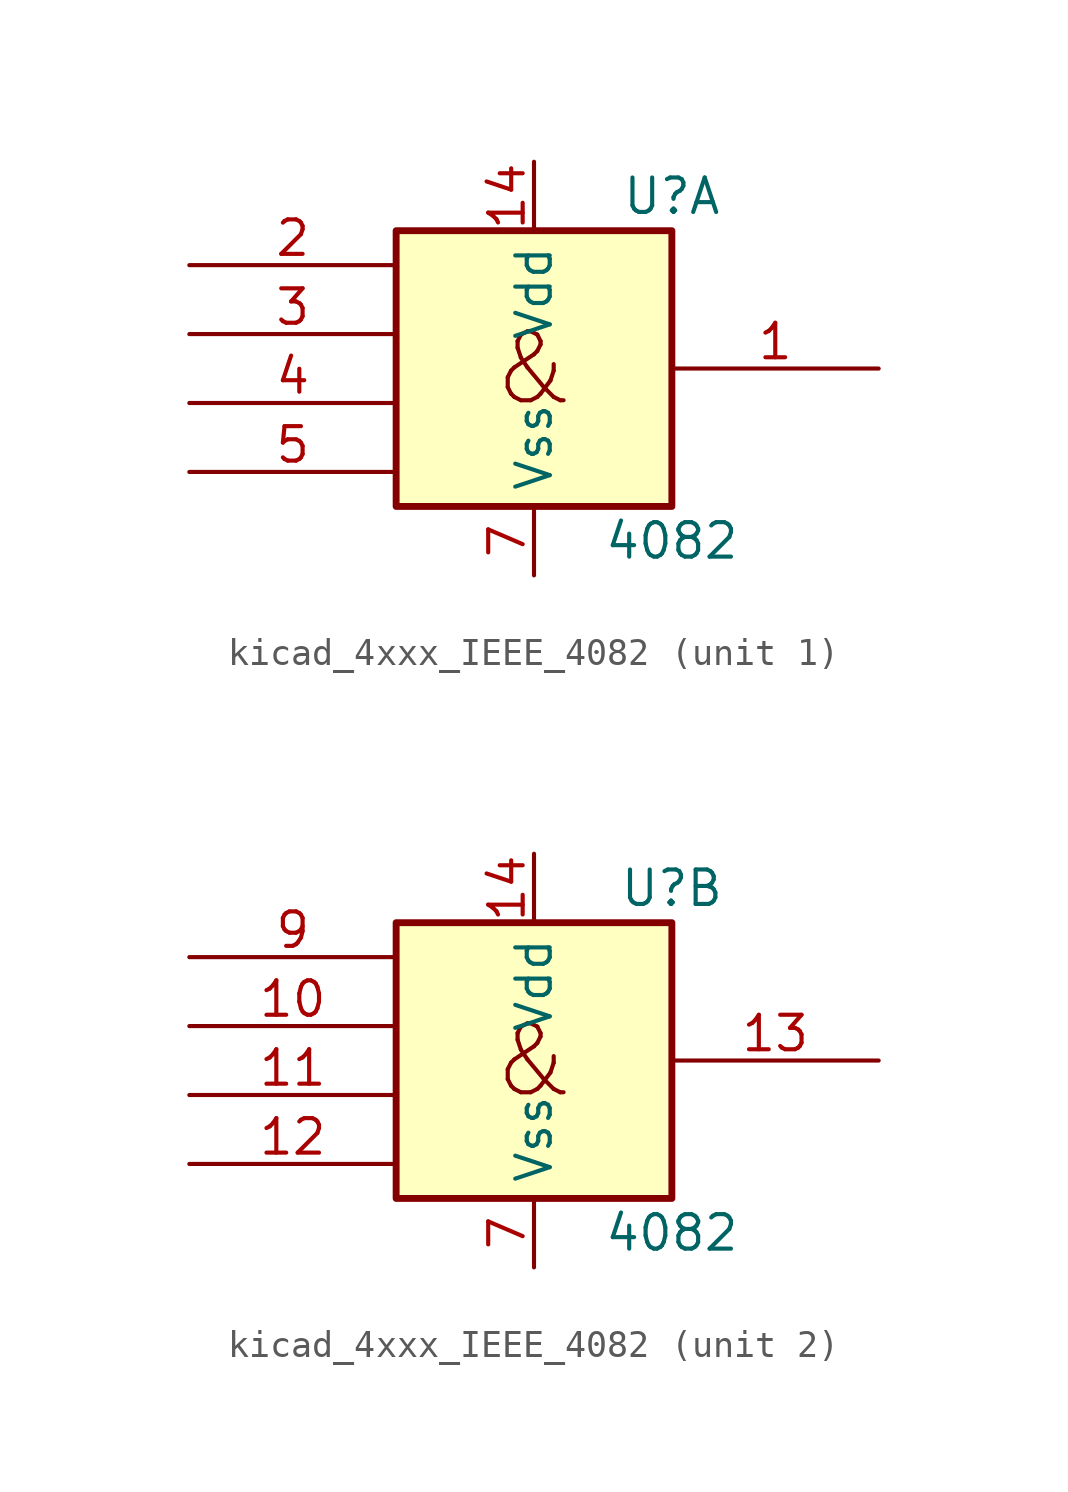
<source format=kicad_sym>
(kicad_symbol_lib
  (version 20220914)
  (generator kicad_symbol_editor)
  (symbol "kicad_4xxx_IEEE_4082"
    (property "Reference" "U"
      (at 5.08 6.35 0)
      (effects (font (size 1.27 1.27))))
    (property "Value" "4082"
      (at 5.08 -6.35 0)
      (effects (font (size 1.27 1.27))))
    (symbol "kicad_4xxx_IEEE_4082_0_0"
      (text "&" (at 0 0 0) (effects (font (size 2.54 2.54))))
      (pin power_in line (at 0 7.62 270) (length 2.54) (name "Vdd" (effects (font (size 1.27 1.27)))) (number "14" (effects (font (size 1.27 1.27)))))
      (pin power_in line (at 0 -7.62 90) (length 2.54) (name "Vss" (effects (font (size 1.27 1.27)))) (number "7" (effects (font (size 1.27 1.27))))))
    (symbol "kicad_4xxx_IEEE_4082_0_1"
      (rectangle (start -5.08 5.08) (end 5.08 -5.08) (stroke (width 0.254) (type default)) (fill (type background))))
    (symbol "kicad_4xxx_IEEE_4082_1_1"
      (pin output line (at 12.7 0 180) (length 7.62) (name "~" (effects (font (size 1.27 1.27)))) (number "1" (effects (font (size 1.27 1.27)))))
      (pin input line (at -12.7 3.81 0) (length 7.62) (name "~" (effects (font (size 1.27 1.27)))) (number "2" (effects (font (size 1.27 1.27)))))
      (pin input line (at -12.7 1.27 0) (length 7.62) (name "~" (effects (font (size 1.27 1.27)))) (number "3" (effects (font (size 1.27 1.27)))))
      (pin input line (at -12.7 -1.27 0) (length 7.62) (name "~" (effects (font (size 1.27 1.27)))) (number "4" (effects (font (size 1.27 1.27)))))
      (pin input line (at -12.7 -3.81 0) (length 7.62) (name "~" (effects (font (size 1.27 1.27)))) (number "5" (effects (font (size 1.27 1.27))))))
    (symbol "kicad_4xxx_IEEE_4082_2_1"
      (pin input line (at -12.7 1.27 0) (length 7.62) (name "~" (effects (font (size 1.27 1.27)))) (number "10" (effects (font (size 1.27 1.27)))))
      (pin input line (at -12.7 -1.27 0) (length 7.62) (name "~" (effects (font (size 1.27 1.27)))) (number "11" (effects (font (size 1.27 1.27)))))
      (pin input line (at -12.7 -3.81 0) (length 7.62) (name "~" (effects (font (size 1.27 1.27)))) (number "12" (effects (font (size 1.27 1.27)))))
      (pin output line (at 12.7 0 180) (length 7.62) (name "~" (effects (font (size 1.27 1.27)))) (number "13" (effects (font (size 1.27 1.27)))))
      (pin input line (at -12.7 3.81 0) (length 7.62) (name "~" (effects (font (size 1.27 1.27)))) (number "9" (effects (font (size 1.27 1.27))))))))
</source>
